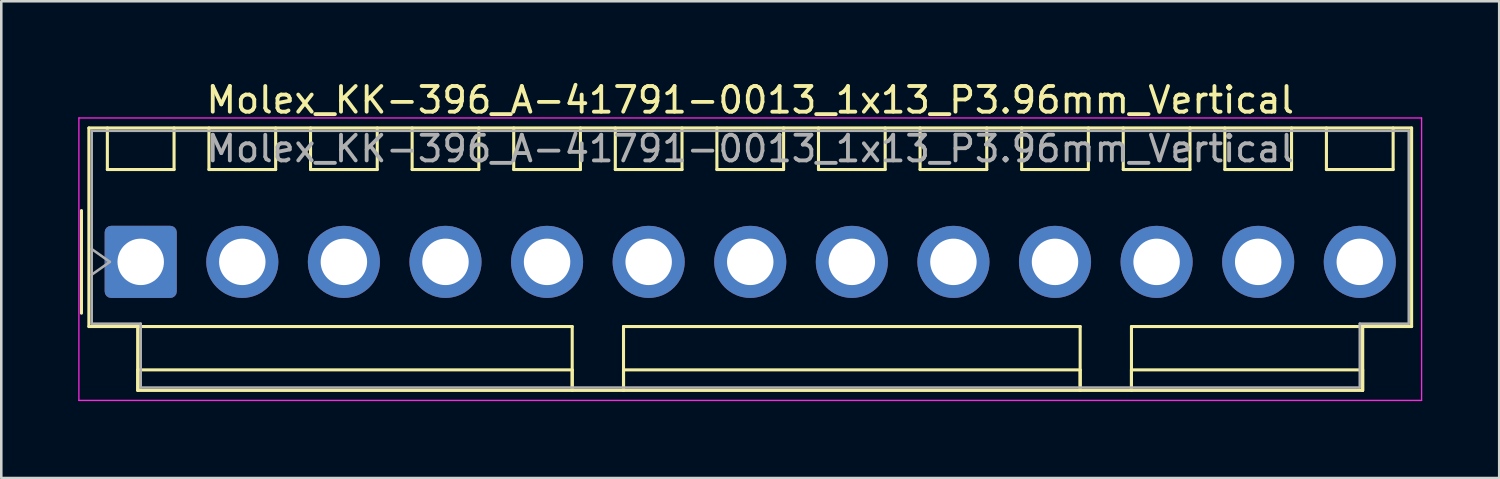
<source format=kicad_pcb>
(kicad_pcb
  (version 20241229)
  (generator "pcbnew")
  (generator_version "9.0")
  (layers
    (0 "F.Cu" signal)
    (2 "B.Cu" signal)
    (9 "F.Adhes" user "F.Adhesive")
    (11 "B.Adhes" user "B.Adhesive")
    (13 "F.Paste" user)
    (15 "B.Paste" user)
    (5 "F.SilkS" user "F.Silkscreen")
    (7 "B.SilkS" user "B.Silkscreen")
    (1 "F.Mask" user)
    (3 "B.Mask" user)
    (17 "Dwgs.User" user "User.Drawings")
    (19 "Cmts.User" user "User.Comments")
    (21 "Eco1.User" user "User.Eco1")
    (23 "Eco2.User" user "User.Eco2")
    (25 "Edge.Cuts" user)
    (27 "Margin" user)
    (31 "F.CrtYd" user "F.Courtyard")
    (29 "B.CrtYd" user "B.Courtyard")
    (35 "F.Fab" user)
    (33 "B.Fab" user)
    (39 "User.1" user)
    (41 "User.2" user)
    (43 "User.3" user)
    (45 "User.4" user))
  (footprint "Molex_KK-396_A-41791-0013_1x13_P3.96mm_Vertical"
    (layer "F.Cu")
    (at 2.435 7.158)
    (property "Reference" "Molex_KK-396_A-41791-0013_1x13_P3.96mm_Vertical" (at 23.76 -6.31 0) (layer "F.SilkS") (effects (font (size 1 1) (thickness 0.15))))
    (attr through_hole)
    (fp_line (start -2.31 -2) (end -2.31 2) (stroke (width 0.12) (type solid)) (layer "F.SilkS"))
    (fp_line (start -2.02 -5.22) (end 49.54 -5.22) (stroke (width 0.12) (type solid)) (layer "F.SilkS"))
    (fp_line (start -2.02 2.52) (end -2.02 -5.22) (stroke (width 0.12) (type solid)) (layer "F.SilkS"))
    (fp_line (start -1.3 -5.22) (end -1.3 -3.6) (stroke (width 0.12) (type solid)) (layer "F.SilkS"))
    (fp_line (start -1.3 -3.6) (end 1.3 -3.6) (stroke (width 0.12) (type solid)) (layer "F.SilkS"))
    (fp_line (start -0.11 2.52) (end -2.02 2.52) (stroke (width 0.12) (type solid)) (layer "F.SilkS"))
    (fp_line (start -0.11 2.52) (end 16.82 2.52) (stroke (width 0.12) (type solid)) (layer "F.SilkS"))
    (fp_line (start -0.11 4.21) (end 16.82 4.21) (stroke (width 0.12) (type solid)) (layer "F.SilkS"))
    (fp_line (start -0.11 5.01) (end -0.11 2.52) (stroke (width 0.12) (type solid)) (layer "F.SilkS"))
    (fp_line (start -0.11 5.01) (end -0.11 2.52) (stroke (width 0.12) (type solid)) (layer "F.SilkS"))
    (fp_line (start -0.11 5.01) (end -0.11 4.21) (stroke (width 0.12) (type solid)) (layer "F.SilkS"))
    (fp_line (start 1.3 -3.6) (end 1.3 -5.22) (stroke (width 0.12) (type solid)) (layer "F.SilkS"))
    (fp_line (start 2.66 -5.22) (end 2.66 -3.6) (stroke (width 0.12) (type solid)) (layer "F.SilkS"))
    (fp_line (start 2.66 -3.6) (end 5.26 -3.6) (stroke (width 0.12) (type solid)) (layer "F.SilkS"))
    (fp_line (start 5.26 -3.6) (end 5.26 -5.22) (stroke (width 0.12) (type solid)) (layer "F.SilkS"))
    (fp_line (start 6.62 -5.22) (end 6.62 -3.6) (stroke (width 0.12) (type solid)) (layer "F.SilkS"))
    (fp_line (start 6.62 -3.6) (end 9.22 -3.6) (stroke (width 0.12) (type solid)) (layer "F.SilkS"))
    (fp_line (start 9.22 -3.6) (end 9.22 -5.22) (stroke (width 0.12) (type solid)) (layer "F.SilkS"))
    (fp_line (start 10.58 -5.22) (end 10.58 -3.6) (stroke (width 0.12) (type solid)) (layer "F.SilkS"))
    (fp_line (start 10.58 -3.6) (end 13.18 -3.6) (stroke (width 0.12) (type solid)) (layer "F.SilkS"))
    (fp_line (start 13.18 -3.6) (end 13.18 -5.22) (stroke (width 0.12) (type solid)) (layer "F.SilkS"))
    (fp_line (start 14.54 -5.22) (end 14.54 -3.6) (stroke (width 0.12) (type solid)) (layer "F.SilkS"))
    (fp_line (start 14.54 -3.6) (end 17.14 -3.6) (stroke (width 0.12) (type solid)) (layer "F.SilkS"))
    (fp_line (start 16.82 2.52) (end 16.82 5.01) (stroke (width 0.12) (type solid)) (layer "F.SilkS"))
    (fp_line (start 16.82 4.21) (end 16.82 5.01) (stroke (width 0.12) (type solid)) (layer "F.SilkS"))
    (fp_line (start 17.14 -3.6) (end 17.14 -5.22) (stroke (width 0.12) (type solid)) (layer "F.SilkS"))
    (fp_line (start 18.5 -5.22) (end 18.5 -3.6) (stroke (width 0.12) (type solid)) (layer "F.SilkS"))
    (fp_line (start 18.5 -3.6) (end 21.1 -3.6) (stroke (width 0.12) (type solid)) (layer "F.SilkS"))
    (fp_line (start 18.82 2.52) (end 36.62 2.52) (stroke (width 0.12) (type solid)) (layer "F.SilkS"))
    (fp_line (start 18.82 4.21) (end 36.62 4.21) (stroke (width 0.12) (type solid)) (layer "F.SilkS"))
    (fp_line (start 18.82 5.01) (end 18.82 2.52) (stroke (width 0.12) (type solid)) (layer "F.SilkS"))
    (fp_line (start 18.82 5.01) (end 18.82 4.21) (stroke (width 0.12) (type solid)) (layer "F.SilkS"))
    (fp_line (start 21.1 -3.6) (end 21.1 -5.22) (stroke (width 0.12) (type solid)) (layer "F.SilkS"))
    (fp_line (start 22.46 -5.22) (end 22.46 -3.6) (stroke (width 0.12) (type solid)) (layer "F.SilkS"))
    (fp_line (start 22.46 -3.6) (end 25.06 -3.6) (stroke (width 0.12) (type solid)) (layer "F.SilkS"))
    (fp_line (start 25.06 -3.6) (end 25.06 -5.22) (stroke (width 0.12) (type solid)) (layer "F.SilkS"))
    (fp_line (start 26.42 -5.22) (end 26.42 -3.6) (stroke (width 0.12) (type solid)) (layer "F.SilkS"))
    (fp_line (start 26.42 -3.6) (end 29.02 -3.6) (stroke (width 0.12) (type solid)) (layer "F.SilkS"))
    (fp_line (start 29.02 -3.6) (end 29.02 -5.22) (stroke (width 0.12) (type solid)) (layer "F.SilkS"))
    (fp_line (start 30.38 -5.22) (end 30.38 -3.6) (stroke (width 0.12) (type solid)) (layer "F.SilkS"))
    (fp_line (start 30.38 -3.6) (end 32.98 -3.6) (stroke (width 0.12) (type solid)) (layer "F.SilkS"))
    (fp_line (start 32.98 -3.6) (end 32.98 -5.22) (stroke (width 0.12) (type solid)) (layer "F.SilkS"))
    (fp_line (start 34.34 -5.22) (end 34.34 -3.6) (stroke (width 0.12) (type solid)) (layer "F.SilkS"))
    (fp_line (start 34.34 -3.6) (end 36.94 -3.6) (stroke (width 0.12) (type solid)) (layer "F.SilkS"))
    (fp_line (start 36.62 2.52) (end 36.62 5.01) (stroke (width 0.12) (type solid)) (layer "F.SilkS"))
    (fp_line (start 36.62 4.21) (end 36.62 5.01) (stroke (width 0.12) (type solid)) (layer "F.SilkS"))
    (fp_line (start 36.94 -3.6) (end 36.94 -5.22) (stroke (width 0.12) (type solid)) (layer "F.SilkS"))
    (fp_line (start 38.3 -5.22) (end 38.3 -3.6) (stroke (width 0.12) (type solid)) (layer "F.SilkS"))
    (fp_line (start 38.3 -3.6) (end 40.9 -3.6) (stroke (width 0.12) (type solid)) (layer "F.SilkS"))
    (fp_line (start 38.62 2.52) (end 38.62 5.01) (stroke (width 0.12) (type solid)) (layer "F.SilkS"))
    (fp_line (start 38.62 4.21) (end 38.62 5.01) (stroke (width 0.12) (type solid)) (layer "F.SilkS"))
    (fp_line (start 40.9 -3.6) (end 40.9 -5.22) (stroke (width 0.12) (type solid)) (layer "F.SilkS"))
    (fp_line (start 42.26 -5.22) (end 42.26 -3.6) (stroke (width 0.12) (type solid)) (layer "F.SilkS"))
    (fp_line (start 42.26 -3.6) (end 44.86 -3.6) (stroke (width 0.12) (type solid)) (layer "F.SilkS"))
    (fp_line (start 44.86 -3.6) (end 44.86 -5.22) (stroke (width 0.12) (type solid)) (layer "F.SilkS"))
    (fp_line (start 46.22 -5.22) (end 46.22 -3.6) (stroke (width 0.12) (type solid)) (layer "F.SilkS"))
    (fp_line (start 46.22 -3.6) (end 48.82 -3.6) (stroke (width 0.12) (type solid)) (layer "F.SilkS"))
    (fp_line (start 47.63 2.52) (end 38.62 2.52) (stroke (width 0.12) (type solid)) (layer "F.SilkS"))
    (fp_line (start 47.63 2.52) (end 47.63 5.01) (stroke (width 0.12) (type solid)) (layer "F.SilkS"))
    (fp_line (start 47.63 4.21) (end 38.62 4.21) (stroke (width 0.12) (type solid)) (layer "F.SilkS"))
    (fp_line (start 47.63 5.01) (end -0.11 5.01) (stroke (width 0.12) (type solid)) (layer "F.SilkS"))
    (fp_line (start 47.63 5.01) (end 47.63 2.52) (stroke (width 0.12) (type solid)) (layer "F.SilkS"))
    (fp_line (start 47.63 5.01) (end 47.63 4.21) (stroke (width 0.12) (type solid)) (layer "F.SilkS"))
    (fp_line (start 48.82 -3.6) (end 48.82 -5.22) (stroke (width 0.12) (type solid)) (layer "F.SilkS"))
    (fp_line (start 49.54 -5.22) (end 49.54 2.52) (stroke (width 0.12) (type solid)) (layer "F.SilkS"))
    (fp_line (start 49.54 2.52) (end 47.63 2.52) (stroke (width 0.12) (type solid)) (layer "F.SilkS"))
    (fp_line (start -2.41 -5.61) (end -2.41 5.4) (stroke (width 0.05) (type solid)) (layer "F.CrtYd"))
    (fp_line (start -2.41 5.4) (end 49.93 5.4) (stroke (width 0.05) (type solid)) (layer "F.CrtYd"))
    (fp_line (start 49.93 -5.61) (end -2.41 -5.61) (stroke (width 0.05) (type solid)) (layer "F.CrtYd"))
    (fp_line (start 49.93 5.4) (end 49.93 -5.61) (stroke (width 0.05) (type solid)) (layer "F.CrtYd"))
    (fp_line (start -1.91 -5.11) (end 49.43 -5.11) (stroke (width 0.1) (type solid)) (layer "F.Fab"))
    (fp_line (start -1.91 -0.5) (end -1.203 0) (stroke (width 0.1) (type solid)) (layer "F.Fab"))
    (fp_line (start -1.91 2.41) (end -1.91 -5.11) (stroke (width 0.1) (type solid)) (layer "F.Fab"))
    (fp_line (start -1.203 0) (end -1.91 0.5) (stroke (width 0.1) (type solid)) (layer "F.Fab"))
    (fp_line (start 0 2.41) (end -1.91 2.41) (stroke (width 0.1) (type solid)) (layer "F.Fab"))
    (fp_line (start 0 4.9) (end 0 2.41) (stroke (width 0.1) (type solid)) (layer "F.Fab"))
    (fp_line (start 47.52 2.41) (end 47.52 4.9) (stroke (width 0.1) (type solid)) (layer "F.Fab"))
    (fp_line (start 47.52 4.9) (end 0 4.9) (stroke (width 0.1) (type solid)) (layer "F.Fab"))
    (fp_line (start 49.43 -5.11) (end 49.43 2.41) (stroke (width 0.1) (type solid)) (layer "F.Fab"))
    (fp_line (start 49.43 2.41) (end 47.52 2.41) (stroke (width 0.1) (type solid)) (layer "F.Fab"))
    (fp_text user "${REFERENCE}" (at 23.76 -4.41 0) (layer "F.Fab") (effects (font (size 1 1) (thickness 0.15))))
    (pad "1" thru_hole roundrect (at 0 0) (size 2.81 2.81) (drill 1.81) (layers "*.Cu" "*.Mask") (roundrect_rratio 0.089))
    (pad "2" thru_hole circle (at 3.96 0) (size 2.81 2.81) (drill 1.81) (layers "*.Cu" "*.Mask"))
    (pad "3" thru_hole circle (at 7.92 0) (size 2.81 2.81) (drill 1.81) (layers "*.Cu" "*.Mask"))
    (pad "4" thru_hole circle (at 11.88 0) (size 2.81 2.81) (drill 1.81) (layers "*.Cu" "*.Mask"))
    (pad "5" thru_hole circle (at 15.84 0) (size 2.81 2.81) (drill 1.81) (layers "*.Cu" "*.Mask"))
    (pad "6" thru_hole circle (at 19.8 0) (size 2.81 2.81) (drill 1.81) (layers "*.Cu" "*.Mask"))
    (pad "7" thru_hole circle (at 23.76 0) (size 2.81 2.81) (drill 1.81) (layers "*.Cu" "*.Mask"))
    (pad "8" thru_hole circle (at 27.72 0) (size 2.81 2.81) (drill 1.81) (layers "*.Cu" "*.Mask"))
    (pad "9" thru_hole circle (at 31.68 0) (size 2.81 2.81) (drill 1.81) (layers "*.Cu" "*.Mask"))
    (pad "10" thru_hole circle (at 35.64 0) (size 2.81 2.81) (drill 1.81) (layers "*.Cu" "*.Mask"))
    (pad "11" thru_hole circle (at 39.6 0) (size 2.81 2.81) (drill 1.81) (layers "*.Cu" "*.Mask"))
    (pad "12" thru_hole circle (at 43.56 0) (size 2.81 2.81) (drill 1.81) (layers "*.Cu" "*.Mask"))
    (pad "13" thru_hole circle (at 47.52 0) (size 2.81 2.81) (drill 1.81) (layers "*.Cu" "*.Mask")))
  (gr_rect
    (start -3 -3)
    (end 55.39 15.583)
    (stroke (width 0.1) (type default))
    (fill no)
    (layer "Edge.Cuts")))
</source>
